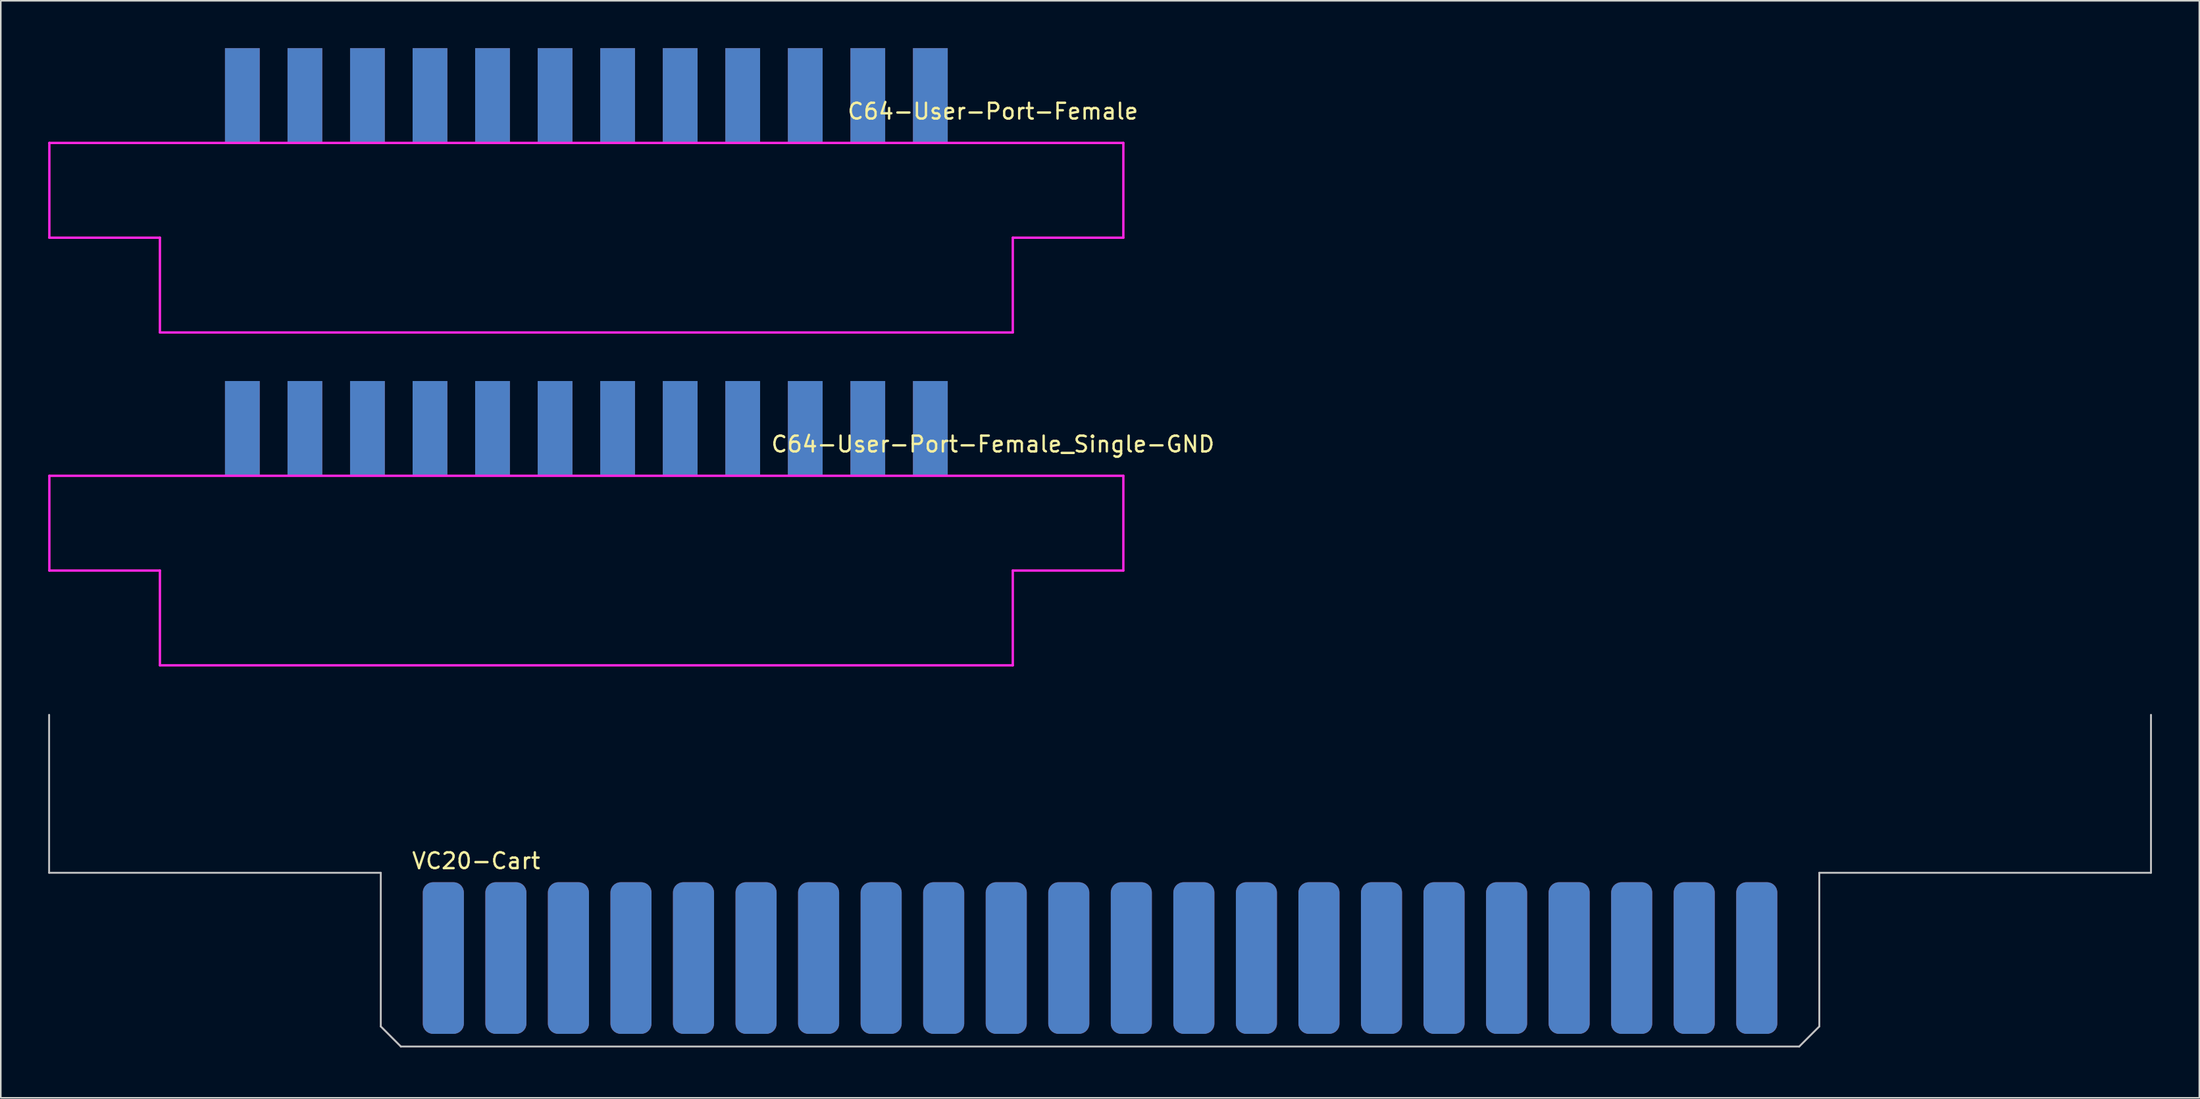
<source format=kicad_pcb>
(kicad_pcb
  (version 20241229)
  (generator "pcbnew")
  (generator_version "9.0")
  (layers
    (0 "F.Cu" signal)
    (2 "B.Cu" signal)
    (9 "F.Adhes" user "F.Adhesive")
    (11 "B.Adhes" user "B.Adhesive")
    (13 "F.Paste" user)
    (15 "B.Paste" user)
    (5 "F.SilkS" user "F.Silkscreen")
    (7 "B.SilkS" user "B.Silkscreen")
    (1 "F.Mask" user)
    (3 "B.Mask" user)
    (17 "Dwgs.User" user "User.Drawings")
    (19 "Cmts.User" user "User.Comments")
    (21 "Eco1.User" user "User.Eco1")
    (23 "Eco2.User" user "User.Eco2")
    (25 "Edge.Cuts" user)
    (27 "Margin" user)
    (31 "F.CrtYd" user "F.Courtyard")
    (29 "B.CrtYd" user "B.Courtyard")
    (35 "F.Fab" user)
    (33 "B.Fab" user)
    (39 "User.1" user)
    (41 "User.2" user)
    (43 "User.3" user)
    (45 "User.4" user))
  (footprint "VC20-Cart"
    (layer "F.Cu")
    (at 21.06 63.21)
    (property "Reference" "VC20-Cart" (at 6.04 -11.75 0) (layer "F.SilkS") (effects (font (size 1 1) (thickness 0.15))))
    (attr through_hole)
    (fp_poly (pts (xy 0 -10.3) (xy 91.1 -10.3) (xy 91.1 0) (xy 0 0)) (stroke (width 0.1) (type solid)) (fill yes) (layer "F.Mask"))
    (fp_poly (pts (xy 0 -10.3) (xy 91.1 -10.3) (xy 91.1 0) (xy 0 0)) (stroke (width 0.1) (type solid)) (fill yes) (layer "B.Mask"))
    (fp_line (start -21 -11) (end -21 -21) (stroke (width 0.12) (type solid)) (layer "Dwgs.User"))
    (fp_line (start 0 -11) (end -21 -11) (stroke (width 0.12) (type solid)) (layer "Dwgs.User"))
    (fp_line (start 0 -1.27) (end 0 -11) (stroke (width 0.12) (type solid)) (layer "Dwgs.User"))
    (fp_line (start 0 -1.27) (end 1.27 0) (stroke (width 0.12) (type solid)) (layer "Dwgs.User"))
    (fp_line (start 89.81 0) (end 1.27 0) (stroke (width 0.12) (type solid)) (layer "Dwgs.User"))
    (fp_line (start 91.08 -11) (end 91.08 -1.27) (stroke (width 0.12) (type solid)) (layer "Dwgs.User"))
    (fp_line (start 91.08 -11) (end 112.08 -11) (stroke (width 0.12) (type solid)) (layer "Dwgs.User"))
    (fp_line (start 91.08 -1.27) (end 89.81 0) (stroke (width 0.12) (type solid)) (layer "Dwgs.User"))
    (fp_line (start 112.08 -11) (end 112.08 -21) (stroke (width 0.12) (type solid)) (layer "Dwgs.User"))
    (pad "1" connect roundrect (at 87.12 -5.6) (size 2.6 9.6) (layers "F.Cu" "F.Mask") (roundrect_rratio 0.25))
    (pad "2" connect roundrect (at 83.16 -5.6) (size 2.6 9.6) (layers "F.Cu" "F.Mask") (roundrect_rratio 0.25))
    (pad "3" connect roundrect (at 79.2 -5.6) (size 2.6 9.6) (layers "F.Cu" "F.Mask") (roundrect_rratio 0.25))
    (pad "4" connect roundrect (at 75.24 -5.6) (size 2.6 9.6) (layers "F.Cu" "F.Mask") (roundrect_rratio 0.25))
    (pad "5" connect roundrect (at 71.28 -5.6) (size 2.6 9.6) (layers "F.Cu" "F.Mask") (roundrect_rratio 0.25))
    (pad "6" connect roundrect (at 67.32 -5.6) (size 2.6 9.6) (layers "F.Cu" "F.Mask") (roundrect_rratio 0.25))
    (pad "7" connect roundrect (at 63.36 -5.6) (size 2.6 9.6) (layers "F.Cu" "F.Mask") (roundrect_rratio 0.25))
    (pad "8" connect roundrect (at 59.4 -5.6) (size 2.6 9.6) (layers "F.Cu" "F.Mask") (roundrect_rratio 0.25))
    (pad "9" connect roundrect (at 55.44 -5.6) (size 2.6 9.6) (layers "F.Cu" "F.Mask") (roundrect_rratio 0.25))
    (pad "10" connect roundrect (at 51.48 -5.6) (size 2.6 9.6) (layers "F.Cu" "F.Mask") (roundrect_rratio 0.25))
    (pad "11" connect roundrect (at 47.52 -5.6) (size 2.6 9.6) (layers "F.Cu" "F.Mask") (roundrect_rratio 0.25))
    (pad "12" connect roundrect (at 43.56 -5.6) (size 2.6 9.6) (layers "F.Cu" "F.Mask") (roundrect_rratio 0.25))
    (pad "13" connect roundrect (at 39.6 -5.6) (size 2.6 9.6) (layers "F.Cu" "F.Mask") (roundrect_rratio 0.25))
    (pad "14" connect roundrect (at 35.64 -5.6) (size 2.6 9.6) (layers "F.Cu" "F.Mask") (roundrect_rratio 0.25))
    (pad "15" connect roundrect (at 31.68 -5.6) (size 2.6 9.6) (layers "F.Cu" "F.Mask") (roundrect_rratio 0.25))
    (pad "16" connect roundrect (at 27.72 -5.6) (size 2.6 9.6) (layers "F.Cu" "F.Mask") (roundrect_rratio 0.25))
    (pad "17" connect roundrect (at 23.76 -5.6) (size 2.6 9.6) (layers "F.Cu" "F.Mask") (roundrect_rratio 0.25))
    (pad "18" connect roundrect (at 19.8 -5.6) (size 2.6 9.6) (layers "F.Cu" "F.Mask") (roundrect_rratio 0.25))
    (pad "19" connect roundrect (at 15.84 -5.6) (size 2.6 9.6) (layers "F.Cu" "F.Mask") (roundrect_rratio 0.25))
    (pad "20" connect roundrect (at 11.88 -5.6) (size 2.6 9.6) (layers "F.Cu" "F.Mask") (roundrect_rratio 0.25))
    (pad "21" connect roundrect (at 7.92 -5.6) (size 2.6 9.6) (layers "F.Cu" "F.Mask") (roundrect_rratio 0.25))
    (pad "22" connect roundrect (at 3.96 -5.6) (size 2.6 9.6) (layers "F.Cu" "F.Mask") (roundrect_rratio 0.25))
    (pad "A" connect roundrect (at 87.12 -5.6) (size 2.6 9.6) (layers "B.Cu" "B.Mask") (roundrect_rratio 0.25))
    (pad "B" connect roundrect (at 83.16 -5.6) (size 2.6 9.6) (layers "B.Cu" "B.Mask") (roundrect_rratio 0.25))
    (pad "C" connect roundrect (at 79.2 -5.6) (size 2.6 9.6) (layers "B.Cu" "B.Mask") (roundrect_rratio 0.25))
    (pad "D" connect roundrect (at 75.24 -5.6) (size 2.6 9.6) (layers "B.Cu" "B.Mask") (roundrect_rratio 0.25))
    (pad "E" connect roundrect (at 71.28 -5.6) (size 2.6 9.6) (layers "B.Cu" "B.Mask") (roundrect_rratio 0.25))
    (pad "F" connect roundrect (at 67.32 -5.6) (size 2.6 9.6) (layers "B.Cu" "B.Mask") (roundrect_rratio 0.25))
    (pad "H" connect roundrect (at 63.36 -5.6) (size 2.6 9.6) (layers "B.Cu" "B.Mask") (roundrect_rratio 0.25))
    (pad "J" connect roundrect (at 59.4 -5.6) (size 2.6 9.6) (layers "B.Cu" "B.Mask") (roundrect_rratio 0.25))
    (pad "K" connect roundrect (at 55.44 -5.6) (size 2.6 9.6) (layers "B.Cu" "B.Mask") (roundrect_rratio 0.25))
    (pad "L" connect roundrect (at 51.48 -5.6) (size 2.6 9.6) (layers "B.Cu" "B.Mask") (roundrect_rratio 0.25))
    (pad "M" connect roundrect (at 47.52 -5.6) (size 2.6 9.6) (layers "B.Cu" "B.Mask") (roundrect_rratio 0.25))
    (pad "N" connect roundrect (at 43.56 -5.6) (size 2.6 9.6) (layers "B.Cu" "B.Mask") (roundrect_rratio 0.25))
    (pad "P" connect roundrect (at 39.6 -5.6) (size 2.6 9.6) (layers "B.Cu" "B.Mask") (roundrect_rratio 0.25))
    (pad "R" connect roundrect (at 35.64 -5.6) (size 2.6 9.6) (layers "B.Cu" "B.Mask") (roundrect_rratio 0.25))
    (pad "S" connect roundrect (at 31.68 -5.6) (size 2.6 9.6) (layers "B.Cu" "B.Mask") (roundrect_rratio 0.25))
    (pad "T" connect roundrect (at 27.72 -5.6) (size 2.6 9.6) (layers "B.Cu" "B.Mask") (roundrect_rratio 0.25))
    (pad "U" connect roundrect (at 23.76 -5.6) (size 2.6 9.6) (layers "B.Cu" "B.Mask") (roundrect_rratio 0.25))
    (pad "V" connect roundrect (at 19.8 -5.6) (size 2.6 9.6) (layers "B.Cu" "B.Mask") (roundrect_rratio 0.25))
    (pad "W" connect roundrect (at 15.84 -5.6) (size 2.6 9.6) (layers "B.Cu" "B.Mask") (roundrect_rratio 0.25))
    (pad "X" connect roundrect (at 11.88 -5.6) (size 2.6 9.6) (layers "B.Cu" "B.Mask") (roundrect_rratio 0.25))
    (pad "Y" connect roundrect (at 7.92 -5.6) (size 2.6 9.6) (layers "B.Cu" "B.Mask") (roundrect_rratio 0.25))
    (pad "Z" connect roundrect (at 3.96 -5.6) (size 2.6 9.6) (layers "B.Cu" "B.Mask") (roundrect_rratio 0.25)))
  (footprint "C64-User-Port-Female_Single-GND"
    (layer "F.Cu")
    (at 34.075 27.075)
    (property "Reference" "C64-User-Port-Female_Single-GND" (at 25.74 -2 0) (layer "F.SilkS") (effects (font (size 1 1) (thickness 0.15))))
    (attr smd)
    (fp_line (start -34 0) (end -34 6) (stroke (width 0.15) (type solid)) (layer "F.CrtYd"))
    (fp_line (start -34 6) (end -27 6) (stroke (width 0.15) (type solid)) (layer "F.CrtYd"))
    (fp_line (start -27 6) (end -27 12) (stroke (width 0.15) (type solid)) (layer "F.CrtYd"))
    (fp_line (start 27 6) (end 27 12) (stroke (width 0.15) (type solid)) (layer "F.CrtYd"))
    (fp_line (start 27 12) (end -27 12) (stroke (width 0.15) (type solid)) (layer "F.CrtYd"))
    (fp_line (start 34 0) (end -34 0) (stroke (width 0.15) (type solid)) (layer "F.CrtYd"))
    (fp_line (start 34 0) (end 34 6) (stroke (width 0.15) (type solid)) (layer "F.CrtYd"))
    (fp_line (start 34 6) (end 27 6) (stroke (width 0.15) (type solid)) (layer "F.CrtYd"))
    (pad "1" smd rect (at -21.78 -3) (size 2.2 6) (layers "F.Cu" "F.Mask" "F.Paste"))
    (pad "1" smd rect (at -21.78 -3) (size 2.2 6) (layers "B.Cu" "B.Mask" "B.Paste"))
    (pad "1" smd rect (at 21.78 -3) (size 2.2 6) (layers "F.Cu" "F.Mask" "F.Paste"))
    (pad "1" smd rect (at 21.78 -3) (size 2.2 6) (layers "B.Cu" "B.Mask" "B.Paste"))
    (pad "2" smd rect (at 17.82 -3) (size 2.2 6) (layers "F.Cu" "F.Mask" "F.Paste"))
    (pad "3" smd rect (at 13.86 -3) (size 2.2 6) (layers "F.Cu" "F.Mask" "F.Paste"))
    (pad "4" smd rect (at 9.9 -3) (size 2.2 6) (layers "F.Cu" "F.Mask" "F.Paste"))
    (pad "5" smd rect (at 5.94 -3) (size 2.2 6) (layers "F.Cu" "F.Mask" "F.Paste"))
    (pad "6" smd rect (at 1.98 -3) (size 2.2 6) (layers "F.Cu" "F.Mask" "F.Paste"))
    (pad "7" smd rect (at -1.98 -3) (size 2.2 6) (layers "F.Cu" "F.Mask" "F.Paste"))
    (pad "8" smd rect (at -5.94 -3) (size 2.2 6) (layers "F.Cu" "F.Mask" "F.Paste"))
    (pad "9" smd rect (at -9.9 -3) (size 2.2 6) (layers "F.Cu" "F.Mask" "F.Paste"))
    (pad "10" smd rect (at -13.86 -3) (size 2.2 6) (layers "F.Cu" "F.Mask" "F.Paste"))
    (pad "11" smd rect (at -17.82 -3) (size 2.2 6) (layers "F.Cu" "F.Mask" "F.Paste"))
    (pad "B" smd rect (at 17.82 -3) (size 2.2 6) (layers "B.Cu" "B.Mask" "B.Paste"))
    (pad "C" smd rect (at 13.86 -3) (size 2.2 6) (layers "B.Cu" "B.Mask" "B.Paste"))
    (pad "D" smd rect (at 9.9 -3) (size 2.2 6) (layers "B.Cu" "B.Mask" "B.Paste"))
    (pad "E" smd rect (at 5.94 -3) (size 2.2 6) (layers "B.Cu" "B.Mask" "B.Paste"))
    (pad "F" smd rect (at 1.98 -3) (size 2.2 6) (layers "B.Cu" "B.Mask" "B.Paste"))
    (pad "H" smd rect (at -1.98 -3) (size 2.2 6) (layers "B.Cu" "B.Mask" "B.Paste"))
    (pad "J" smd rect (at -5.94 -3) (size 2.2 6) (layers "B.Cu" "B.Mask" "B.Paste"))
    (pad "K" smd rect (at -9.9 -3) (size 2.2 6) (layers "B.Cu" "B.Mask" "B.Paste"))
    (pad "L" smd rect (at -13.86 -3) (size 2.2 6) (layers "B.Cu" "B.Mask" "B.Paste"))
    (pad "M" smd rect (at -17.82 -3) (size 2.2 6) (layers "B.Cu" "B.Mask" "B.Paste")))
  (footprint "C64-User-Port-Female"
    (layer "F.Cu")
    (at 34.075 6)
    (property "Reference" "C64-User-Port-Female" (at 25.74 -2 0) (layer "F.SilkS") (effects (font (size 1 1) (thickness 0.15))))
    (attr through_hole)
    (fp_line (start -34 0) (end -34 6) (stroke (width 0.15) (type solid)) (layer "F.CrtYd"))
    (fp_line (start -34 6) (end -27 6) (stroke (width 0.15) (type solid)) (layer "F.CrtYd"))
    (fp_line (start -27 6) (end -27 12) (stroke (width 0.15) (type solid)) (layer "F.CrtYd"))
    (fp_line (start 27 6) (end 27 12) (stroke (width 0.15) (type solid)) (layer "F.CrtYd"))
    (fp_line (start 27 12) (end -27 12) (stroke (width 0.15) (type solid)) (layer "F.CrtYd"))
    (fp_line (start 34 0) (end -34 0) (stroke (width 0.15) (type solid)) (layer "F.CrtYd"))
    (fp_line (start 34 0) (end 34 6) (stroke (width 0.15) (type solid)) (layer "F.CrtYd"))
    (fp_line (start 34 6) (end 27 6) (stroke (width 0.15) (type solid)) (layer "F.CrtYd"))
    (pad "1" smd rect (at 21.78 -3) (size 2.2 6) (layers "F.Cu" "F.Mask" "F.Paste"))
    (pad "2" smd rect (at 17.82 -3) (size 2.2 6) (layers "F.Cu" "F.Mask" "F.Paste"))
    (pad "3" smd rect (at 13.86 -3) (size 2.2 6) (layers "F.Cu" "F.Mask" "F.Paste"))
    (pad "4" smd rect (at 9.9 -3) (size 2.2 6) (layers "F.Cu" "F.Mask" "F.Paste"))
    (pad "5" smd rect (at 5.94 -3) (size 2.2 6) (layers "F.Cu" "F.Mask" "F.Paste"))
    (pad "6" smd rect (at 1.98 -3) (size 2.2 6) (layers "F.Cu" "F.Mask" "F.Paste"))
    (pad "7" smd rect (at -1.98 -3) (size 2.2 6) (layers "F.Cu" "F.Mask" "F.Paste"))
    (pad "8" smd rect (at -5.94 -3) (size 2.2 6) (layers "F.Cu" "F.Mask" "F.Paste"))
    (pad "9" smd rect (at -9.9 -3) (size 2.2 6) (layers "F.Cu" "F.Mask" "F.Paste"))
    (pad "10" smd rect (at -13.86 -3) (size 2.2 6) (layers "F.Cu" "F.Mask" "F.Paste"))
    (pad "11" smd rect (at -17.82 -3) (size 2.2 6) (layers "F.Cu" "F.Mask" "F.Paste"))
    (pad "12" smd rect (at -21.78 -3) (size 2.2 6) (layers "F.Cu" "F.Mask" "F.Paste"))
    (pad "A" smd rect (at 21.78 -3) (size 2.2 6) (layers "B.Cu" "B.Mask" "B.Paste"))
    (pad "B" smd rect (at 17.82 -3) (size 2.2 6) (layers "B.Cu" "B.Mask" "B.Paste"))
    (pad "C" smd rect (at 13.86 -3) (size 2.2 6) (layers "B.Cu" "B.Mask" "B.Paste"))
    (pad "D" smd rect (at 9.9 -3) (size 2.2 6) (layers "B.Cu" "B.Mask" "B.Paste"))
    (pad "E" smd rect (at 5.94 -3) (size 2.2 6) (layers "B.Cu" "B.Mask" "B.Paste"))
    (pad "F" smd rect (at 1.98 -3) (size 2.2 6) (layers "B.Cu" "B.Mask" "B.Paste"))
    (pad "H" smd rect (at -1.98 -3) (size 2.2 6) (layers "B.Cu" "B.Mask" "B.Paste"))
    (pad "J" smd rect (at -5.94 -3) (size 2.2 6) (layers "B.Cu" "B.Mask" "B.Paste"))
    (pad "K" smd rect (at -9.9 -3) (size 2.2 6) (layers "B.Cu" "B.Mask" "B.Paste"))
    (pad "L" smd rect (at -13.86 -3) (size 2.2 6) (layers "B.Cu" "B.Mask" "B.Paste"))
    (pad "M" smd rect (at -17.82 -3) (size 2.2 6) (layers "B.Cu" "B.Mask" "B.Paste"))
    (pad "N" smd rect (at -21.78 -3) (size 2.2 6) (layers "B.Cu" "B.Mask" "B.Paste")))
  (gr_rect
    (start -3 -3)
    (end 136.2 66.46)
    (stroke (width 0.1) (type default))
    (fill no)
    (layer "Edge.Cuts")))
</source>
